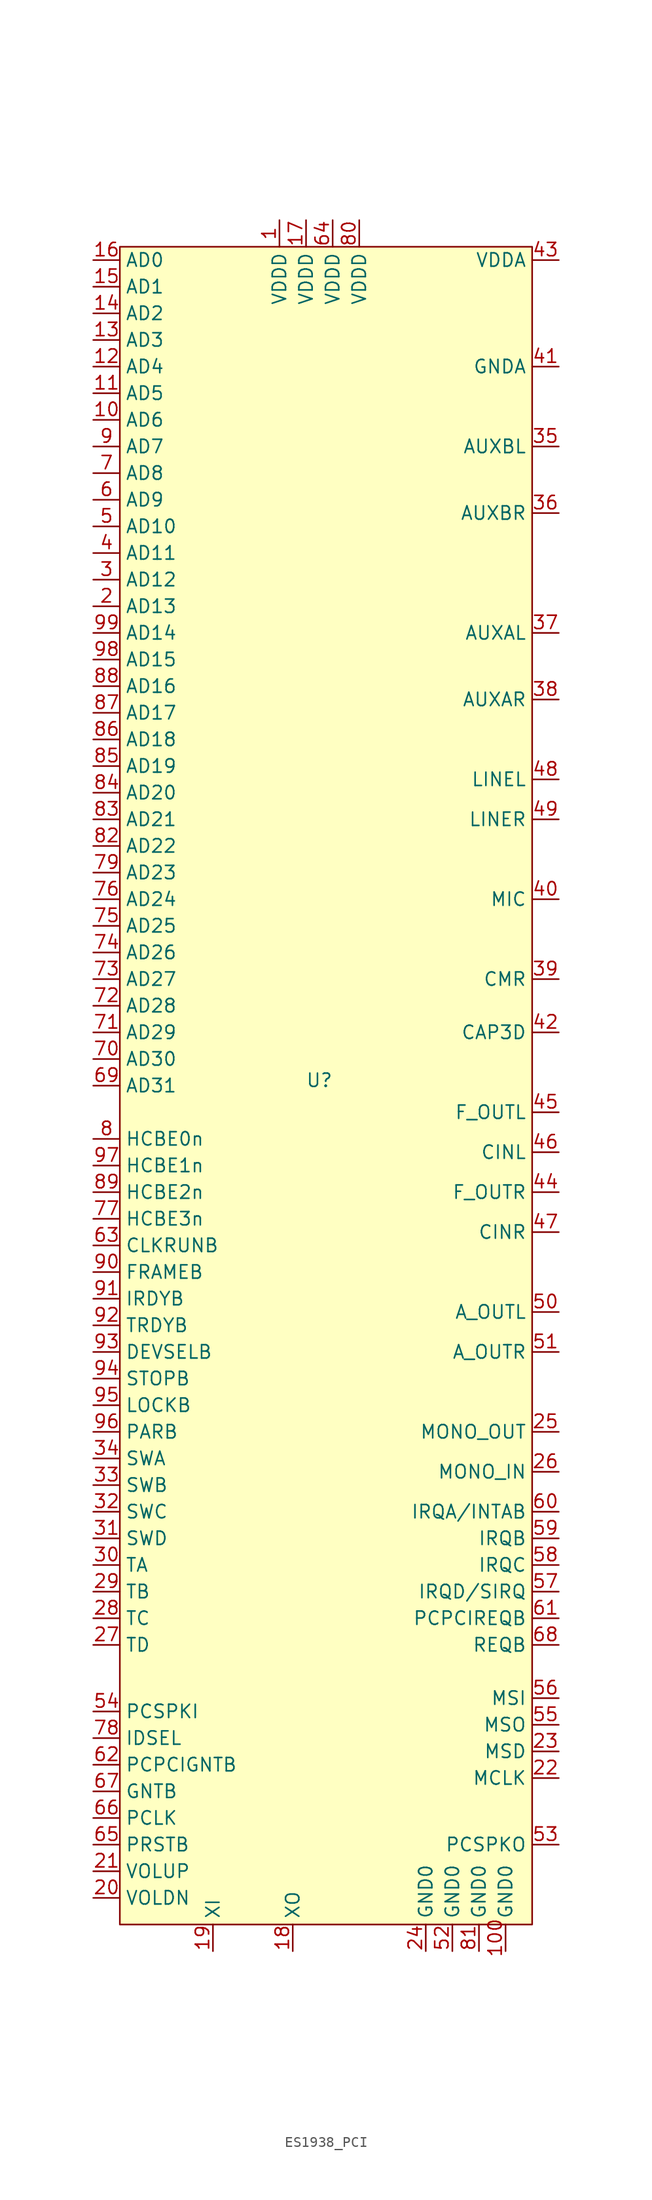
<source format=kicad_sym>
(kicad_symbol_lib
  (version 20231120)
  (generator "kicad_symbol_editor")
  (generator_version "8.0")
  (symbol "ES1938_PCI"
    (property "Reference" "U"
      (at 0 0.508 0)
      (effects (font (size 1.27 1.27))))
    (property "Value" ""
      (at 0 21.59 0)
      (effects (font (size 1.27 1.27))))
    (symbol "ES1938_PCI_1_1"
      (rectangle (start -19.05 80.01) (end 20.32 -80.01) (stroke (width 0) (type default)) (fill (type background)))
      (pin power_in line (at -3.81 82.55 270) (length 2.54) (name "VDDD" (effects (font (size 1.27 1.27)))) (number "1" (effects (font (size 1.27 1.27)))))
      (pin bidirectional line (at -21.59 63.5 0) (length 2.54) (name "AD6" (effects (font (size 1.27 1.27)))) (number "10" (effects (font (size 1.27 1.27)))))
      (pin power_in line (at 17.78 -82.55 90) (length 2.54) (name "GND0" (effects (font (size 1.27 1.27)))) (number "100" (effects (font (size 1.27 1.27)))))
      (pin bidirectional line (at -21.59 66.04 0) (length 2.54) (name "AD5" (effects (font (size 1.27 1.27)))) (number "11" (effects (font (size 1.27 1.27)))))
      (pin bidirectional line (at -21.59 68.58 0) (length 2.54) (name "AD4" (effects (font (size 1.27 1.27)))) (number "12" (effects (font (size 1.27 1.27)))))
      (pin bidirectional line (at -21.59 71.12 0) (length 2.54) (name "AD3" (effects (font (size 1.27 1.27)))) (number "13" (effects (font (size 1.27 1.27)))))
      (pin bidirectional line (at -21.59 73.66 0) (length 2.54) (name "AD2" (effects (font (size 1.27 1.27)))) (number "14" (effects (font (size 1.27 1.27)))))
      (pin bidirectional line (at -21.59 76.2 0) (length 2.54) (name "AD1" (effects (font (size 1.27 1.27)))) (number "15" (effects (font (size 1.27 1.27)))))
      (pin bidirectional line (at -21.59 78.74 0) (length 2.54) (name "AD0" (effects (font (size 1.27 1.27)))) (number "16" (effects (font (size 1.27 1.27)))))
      (pin power_in line (at -1.27 82.55 270) (length 2.54) (name "VDDD" (effects (font (size 1.27 1.27)))) (number "17" (effects (font (size 1.27 1.27)))))
      (pin output line (at -2.54 -82.55 90) (length 2.54) (name "XO" (effects (font (size 1.27 1.27)))) (number "18" (effects (font (size 1.27 1.27)))))
      (pin input line (at -10.16 -82.55 90) (length 2.54) (name "XI" (effects (font (size 1.27 1.27)))) (number "19" (effects (font (size 1.27 1.27)))))
      (pin bidirectional line (at -21.59 45.72 0) (length 2.54) (name "AD13" (effects (font (size 1.27 1.27)))) (number "2" (effects (font (size 1.27 1.27)))))
      (pin bidirectional line (at -21.59 -77.47 0) (length 2.54) (name "VOLDN" (effects (font (size 1.27 1.27)))) (number "20" (effects (font (size 1.27 1.27)))))
      (pin bidirectional line (at -21.59 -74.93 0) (length 2.54) (name "VOLUP" (effects (font (size 1.27 1.27)))) (number "21" (effects (font (size 1.27 1.27)))))
      (pin input line (at 22.86 -66.04 180) (length 2.54) (name "MCLK" (effects (font (size 1.27 1.27)))) (number "22" (effects (font (size 1.27 1.27)))))
      (pin input line (at 22.86 -63.5 180) (length 2.54) (name "MSD" (effects (font (size 1.27 1.27)))) (number "23" (effects (font (size 1.27 1.27)))))
      (pin power_in line (at 10.16 -82.55 90) (length 2.54) (name "GND0" (effects (font (size 1.27 1.27)))) (number "24" (effects (font (size 1.27 1.27)))))
      (pin output line (at 22.86 -33.02 180) (length 2.54) (name "MONO_OUT" (effects (font (size 1.27 1.27)))) (number "25" (effects (font (size 1.27 1.27)))))
      (pin output line (at 22.86 -36.83 180) (length 2.54) (name "MONO_IN" (effects (font (size 1.27 1.27)))) (number "26" (effects (font (size 1.27 1.27)))))
      (pin bidirectional line (at -21.59 -53.34 0) (length 2.54) (name "TD" (effects (font (size 1.27 1.27)))) (number "27" (effects (font (size 1.27 1.27)))))
      (pin bidirectional line (at -21.59 -50.8 0) (length 2.54) (name "TC" (effects (font (size 1.27 1.27)))) (number "28" (effects (font (size 1.27 1.27)))))
      (pin bidirectional line (at -21.59 -48.26 0) (length 2.54) (name "TB" (effects (font (size 1.27 1.27)))) (number "29" (effects (font (size 1.27 1.27)))))
      (pin bidirectional line (at -21.59 48.26 0) (length 2.54) (name "AD12" (effects (font (size 1.27 1.27)))) (number "3" (effects (font (size 1.27 1.27)))))
      (pin bidirectional line (at -21.59 -45.72 0) (length 2.54) (name "TA" (effects (font (size 1.27 1.27)))) (number "30" (effects (font (size 1.27 1.27)))))
      (pin bidirectional line (at -21.59 -43.18 0) (length 2.54) (name "SWD" (effects (font (size 1.27 1.27)))) (number "31" (effects (font (size 1.27 1.27)))))
      (pin bidirectional line (at -21.59 -40.64 0) (length 2.54) (name "SWC" (effects (font (size 1.27 1.27)))) (number "32" (effects (font (size 1.27 1.27)))))
      (pin bidirectional line (at -21.59 -38.1 0) (length 2.54) (name "SWB" (effects (font (size 1.27 1.27)))) (number "33" (effects (font (size 1.27 1.27)))))
      (pin bidirectional line (at -21.59 -35.56 0) (length 2.54) (name "SWA" (effects (font (size 1.27 1.27)))) (number "34" (effects (font (size 1.27 1.27)))))
      (pin input line (at 22.86 60.96 180) (length 2.54) (name "AUXBL" (effects (font (size 1.27 1.27)))) (number "35" (effects (font (size 1.27 1.27)))))
      (pin input line (at 22.86 54.61 180) (length 2.54) (name "AUXBR" (effects (font (size 1.27 1.27)))) (number "36" (effects (font (size 1.27 1.27)))))
      (pin input line (at 22.86 43.18 180) (length 2.54) (name "AUXAL" (effects (font (size 1.27 1.27)))) (number "37" (effects (font (size 1.27 1.27)))))
      (pin input line (at 22.86 36.83 180) (length 2.54) (name "AUXAR" (effects (font (size 1.27 1.27)))) (number "38" (effects (font (size 1.27 1.27)))))
      (pin output line (at 22.86 10.16 180) (length 2.54) (name "CMR" (effects (font (size 1.27 1.27)))) (number "39" (effects (font (size 1.27 1.27)))))
      (pin bidirectional line (at -21.59 50.8 0) (length 2.54) (name "AD11" (effects (font (size 1.27 1.27)))) (number "4" (effects (font (size 1.27 1.27)))))
      (pin output line (at 22.86 17.78 180) (length 2.54) (name "MIC" (effects (font (size 1.27 1.27)))) (number "40" (effects (font (size 1.27 1.27)))))
      (pin power_in line (at 22.86 68.58 180) (length 2.54) (name "GNDA" (effects (font (size 1.27 1.27)))) (number "41" (effects (font (size 1.27 1.27)))))
      (pin output line (at 22.86 5.08 180) (length 2.54) (name "CAP3D" (effects (font (size 1.27 1.27)))) (number "42" (effects (font (size 1.27 1.27)))))
      (pin power_in line (at 22.86 78.74 180) (length 2.54) (name "VDDA" (effects (font (size 1.27 1.27)))) (number "43" (effects (font (size 1.27 1.27)))))
      (pin output line (at 22.86 -10.16 180) (length 2.54) (name "F_OUTR" (effects (font (size 1.27 1.27)))) (number "44" (effects (font (size 1.27 1.27)))))
      (pin output line (at 22.86 -2.54 180) (length 2.54) (name "F_OUTL" (effects (font (size 1.27 1.27)))) (number "45" (effects (font (size 1.27 1.27)))))
      (pin output line (at 22.86 -6.35 180) (length 2.54) (name "CINL" (effects (font (size 1.27 1.27)))) (number "46" (effects (font (size 1.27 1.27)))))
      (pin output line (at 22.86 -13.97 180) (length 2.54) (name "CINR" (effects (font (size 1.27 1.27)))) (number "47" (effects (font (size 1.27 1.27)))))
      (pin input line (at 22.86 29.21 180) (length 2.54) (name "LINEL" (effects (font (size 1.27 1.27)))) (number "48" (effects (font (size 1.27 1.27)))))
      (pin input line (at 22.86 25.4 180) (length 2.54) (name "LINER" (effects (font (size 1.27 1.27)))) (number "49" (effects (font (size 1.27 1.27)))))
      (pin bidirectional line (at -21.59 53.34 0) (length 2.54) (name "AD10" (effects (font (size 1.27 1.27)))) (number "5" (effects (font (size 1.27 1.27)))))
      (pin output line (at 22.86 -21.59 180) (length 2.54) (name "A_OUTL" (effects (font (size 1.27 1.27)))) (number "50" (effects (font (size 1.27 1.27)))))
      (pin output line (at 22.86 -25.4 180) (length 2.54) (name "A_OUTR" (effects (font (size 1.27 1.27)))) (number "51" (effects (font (size 1.27 1.27)))))
      (pin power_in line (at 12.7 -82.55 90) (length 2.54) (name "GND0" (effects (font (size 1.27 1.27)))) (number "52" (effects (font (size 1.27 1.27)))))
      (pin output line (at 22.86 -72.39 180) (length 2.54) (name "PCSPKO" (effects (font (size 1.27 1.27)))) (number "53" (effects (font (size 1.27 1.27)))))
      (pin bidirectional line (at -21.59 -59.69 0) (length 2.54) (name "PCSPKI" (effects (font (size 1.27 1.27)))) (number "54" (effects (font (size 1.27 1.27)))))
      (pin output line (at 22.86 -60.96 180) (length 2.54) (name "MSO" (effects (font (size 1.27 1.27)))) (number "55" (effects (font (size 1.27 1.27)))))
      (pin input line (at 22.86 -58.42 180) (length 2.54) (name "MSI" (effects (font (size 1.27 1.27)))) (number "56" (effects (font (size 1.27 1.27)))))
      (pin output line (at 22.86 -48.26 180) (length 2.54) (name "IRQD/SIRQ" (effects (font (size 1.27 1.27)))) (number "57" (effects (font (size 1.27 1.27)))))
      (pin output line (at 22.86 -45.72 180) (length 2.54) (name "IRQC" (effects (font (size 1.27 1.27)))) (number "58" (effects (font (size 1.27 1.27)))))
      (pin output line (at 22.86 -43.18 180) (length 2.54) (name "IRQB" (effects (font (size 1.27 1.27)))) (number "59" (effects (font (size 1.27 1.27)))))
      (pin bidirectional line (at -21.59 55.88 0) (length 2.54) (name "AD9" (effects (font (size 1.27 1.27)))) (number "6" (effects (font (size 1.27 1.27)))))
      (pin output line (at 22.86 -40.64 180) (length 2.54) (name "IRQA/INTAB" (effects (font (size 1.27 1.27)))) (number "60" (effects (font (size 1.27 1.27)))))
      (pin output line (at 22.86 -50.8 180) (length 2.54) (name "PCPCIREQB" (effects (font (size 1.27 1.27)))) (number "61" (effects (font (size 1.27 1.27)))))
      (pin bidirectional line (at -21.59 -64.77 0) (length 2.54) (name "PCPCIGNTB" (effects (font (size 1.27 1.27)))) (number "62" (effects (font (size 1.27 1.27)))))
      (pin bidirectional line (at -21.59 -15.24 0) (length 2.54) (name "CLKRUNB" (effects (font (size 1.27 1.27)))) (number "63" (effects (font (size 1.27 1.27)))))
      (pin power_in line (at 1.27 82.55 270) (length 2.54) (name "VDDD" (effects (font (size 1.27 1.27)))) (number "64" (effects (font (size 1.27 1.27)))))
      (pin bidirectional line (at -21.59 -72.39 0) (length 2.54) (name "PRSTB" (effects (font (size 1.27 1.27)))) (number "65" (effects (font (size 1.27 1.27)))))
      (pin bidirectional line (at -21.59 -69.85 0) (length 2.54) (name "PCLK" (effects (font (size 1.27 1.27)))) (number "66" (effects (font (size 1.27 1.27)))))
      (pin bidirectional line (at -21.59 -67.31 0) (length 2.54) (name "GNTB" (effects (font (size 1.27 1.27)))) (number "67" (effects (font (size 1.27 1.27)))))
      (pin output line (at 22.86 -53.34 180) (length 2.54) (name "REQB" (effects (font (size 1.27 1.27)))) (number "68" (effects (font (size 1.27 1.27)))))
      (pin bidirectional line (at -21.59 0 0) (length 2.54) (name "AD31" (effects (font (size 1.27 1.27)))) (number "69" (effects (font (size 1.27 1.27)))))
      (pin bidirectional line (at -21.59 58.42 0) (length 2.54) (name "AD8" (effects (font (size 1.27 1.27)))) (number "7" (effects (font (size 1.27 1.27)))))
      (pin bidirectional line (at -21.59 2.54 0) (length 2.54) (name "AD30" (effects (font (size 1.27 1.27)))) (number "70" (effects (font (size 1.27 1.27)))))
      (pin bidirectional line (at -21.59 5.08 0) (length 2.54) (name "AD29" (effects (font (size 1.27 1.27)))) (number "71" (effects (font (size 1.27 1.27)))))
      (pin bidirectional line (at -21.59 7.62 0) (length 2.54) (name "AD28" (effects (font (size 1.27 1.27)))) (number "72" (effects (font (size 1.27 1.27)))))
      (pin bidirectional line (at -21.59 10.16 0) (length 2.54) (name "AD27" (effects (font (size 1.27 1.27)))) (number "73" (effects (font (size 1.27 1.27)))))
      (pin bidirectional line (at -21.59 12.7 0) (length 2.54) (name "AD26" (effects (font (size 1.27 1.27)))) (number "74" (effects (font (size 1.27 1.27)))))
      (pin bidirectional line (at -21.59 15.24 0) (length 2.54) (name "AD25" (effects (font (size 1.27 1.27)))) (number "75" (effects (font (size 1.27 1.27)))))
      (pin bidirectional line (at -21.59 17.78 0) (length 2.54) (name "AD24" (effects (font (size 1.27 1.27)))) (number "76" (effects (font (size 1.27 1.27)))))
      (pin bidirectional line (at -21.59 -12.7 0) (length 2.54) (name "HCBE3n" (effects (font (size 1.27 1.27)))) (number "77" (effects (font (size 1.27 1.27)))))
      (pin bidirectional line (at -21.59 -62.23 0) (length 2.54) (name "IDSEL" (effects (font (size 1.27 1.27)))) (number "78" (effects (font (size 1.27 1.27)))))
      (pin bidirectional line (at -21.59 20.32 0) (length 2.54) (name "AD23" (effects (font (size 1.27 1.27)))) (number "79" (effects (font (size 1.27 1.27)))))
      (pin bidirectional line (at -21.59 -5.08 0) (length 2.54) (name "HCBE0n" (effects (font (size 1.27 1.27)))) (number "8" (effects (font (size 1.27 1.27)))))
      (pin power_in line (at 3.81 82.55 270) (length 2.54) (name "VDDD" (effects (font (size 1.27 1.27)))) (number "80" (effects (font (size 1.27 1.27)))))
      (pin power_in line (at 15.24 -82.55 90) (length 2.54) (name "GND0" (effects (font (size 1.27 1.27)))) (number "81" (effects (font (size 1.27 1.27)))))
      (pin bidirectional line (at -21.59 22.86 0) (length 2.54) (name "AD22" (effects (font (size 1.27 1.27)))) (number "82" (effects (font (size 1.27 1.27)))))
      (pin bidirectional line (at -21.59 25.4 0) (length 2.54) (name "AD21" (effects (font (size 1.27 1.27)))) (number "83" (effects (font (size 1.27 1.27)))))
      (pin bidirectional line (at -21.59 27.94 0) (length 2.54) (name "AD20" (effects (font (size 1.27 1.27)))) (number "84" (effects (font (size 1.27 1.27)))))
      (pin bidirectional line (at -21.59 30.48 0) (length 2.54) (name "AD19" (effects (font (size 1.27 1.27)))) (number "85" (effects (font (size 1.27 1.27)))))
      (pin bidirectional line (at -21.59 33.02 0) (length 2.54) (name "AD18" (effects (font (size 1.27 1.27)))) (number "86" (effects (font (size 1.27 1.27)))))
      (pin bidirectional line (at -21.59 35.56 0) (length 2.54) (name "AD17" (effects (font (size 1.27 1.27)))) (number "87" (effects (font (size 1.27 1.27)))))
      (pin bidirectional line (at -21.59 38.1 0) (length 2.54) (name "AD16" (effects (font (size 1.27 1.27)))) (number "88" (effects (font (size 1.27 1.27)))))
      (pin bidirectional line (at -21.59 -10.16 0) (length 2.54) (name "HCBE2n" (effects (font (size 1.27 1.27)))) (number "89" (effects (font (size 1.27 1.27)))))
      (pin bidirectional line (at -21.59 60.96 0) (length 2.54) (name "AD7" (effects (font (size 1.27 1.27)))) (number "9" (effects (font (size 1.27 1.27)))))
      (pin bidirectional line (at -21.59 -17.78 0) (length 2.54) (name "FRAMEB" (effects (font (size 1.27 1.27)))) (number "90" (effects (font (size 1.27 1.27)))))
      (pin bidirectional line (at -21.59 -20.32 0) (length 2.54) (name "IRDYB" (effects (font (size 1.27 1.27)))) (number "91" (effects (font (size 1.27 1.27)))))
      (pin bidirectional line (at -21.59 -22.86 0) (length 2.54) (name "TRDYB" (effects (font (size 1.27 1.27)))) (number "92" (effects (font (size 1.27 1.27)))))
      (pin bidirectional line (at -21.59 -25.4 0) (length 2.54) (name "DEVSELB" (effects (font (size 1.27 1.27)))) (number "93" (effects (font (size 1.27 1.27)))))
      (pin bidirectional line (at -21.59 -27.94 0) (length 2.54) (name "STOPB" (effects (font (size 1.27 1.27)))) (number "94" (effects (font (size 1.27 1.27)))))
      (pin bidirectional line (at -21.59 -30.48 0) (length 2.54) (name "LOCKB" (effects (font (size 1.27 1.27)))) (number "95" (effects (font (size 1.27 1.27)))))
      (pin bidirectional line (at -21.59 -33.02 0) (length 2.54) (name "PARB" (effects (font (size 1.27 1.27)))) (number "96" (effects (font (size 1.27 1.27)))))
      (pin bidirectional line (at -21.59 -7.62 0) (length 2.54) (name "HCBE1n" (effects (font (size 1.27 1.27)))) (number "97" (effects (font (size 1.27 1.27)))))
      (pin bidirectional line (at -21.59 40.64 0) (length 2.54) (name "AD15" (effects (font (size 1.27 1.27)))) (number "98" (effects (font (size 1.27 1.27)))))
      (pin bidirectional line (at -21.59 43.18 0) (length 2.54) (name "AD14" (effects (font (size 1.27 1.27)))) (number "99" (effects (font (size 1.27 1.27))))))))
</source>
